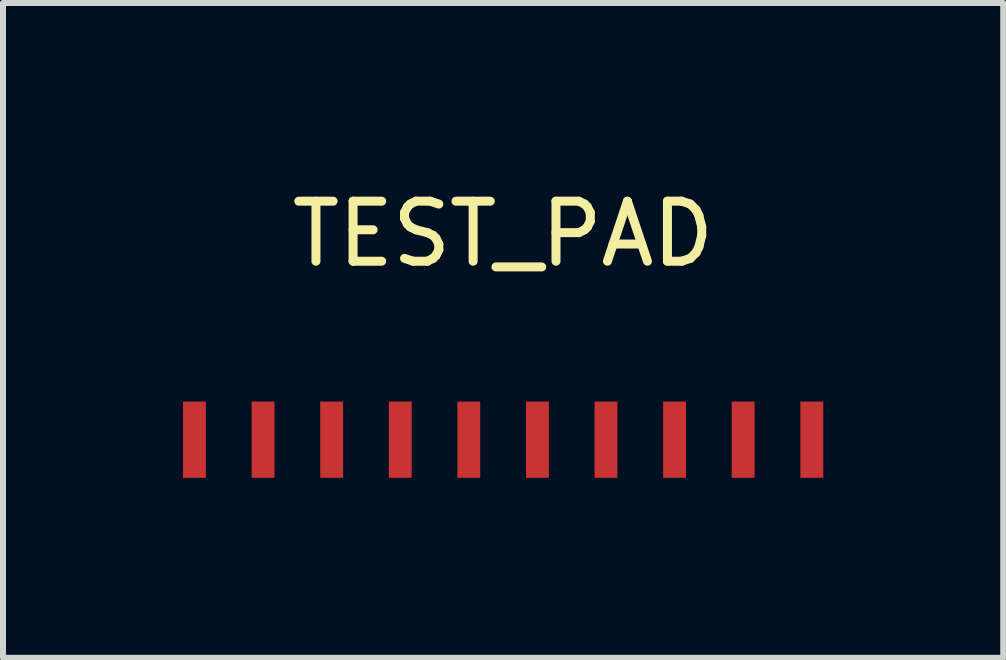
<source format=kicad_pcb>
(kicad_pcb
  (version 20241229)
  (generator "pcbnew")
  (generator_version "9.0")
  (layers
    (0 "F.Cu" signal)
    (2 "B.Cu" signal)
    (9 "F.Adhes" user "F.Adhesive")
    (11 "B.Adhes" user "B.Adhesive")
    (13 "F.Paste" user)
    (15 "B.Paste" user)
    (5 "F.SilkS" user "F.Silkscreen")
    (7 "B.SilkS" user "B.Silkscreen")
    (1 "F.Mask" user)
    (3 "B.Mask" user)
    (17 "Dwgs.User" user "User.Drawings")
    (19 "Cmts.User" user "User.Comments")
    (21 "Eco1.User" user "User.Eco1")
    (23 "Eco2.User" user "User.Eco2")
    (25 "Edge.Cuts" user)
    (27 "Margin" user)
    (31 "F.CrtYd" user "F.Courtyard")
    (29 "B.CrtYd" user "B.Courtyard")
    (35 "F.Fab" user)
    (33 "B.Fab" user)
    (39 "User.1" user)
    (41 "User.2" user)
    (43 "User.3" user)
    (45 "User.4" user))
  (footprint "TEST_PAD"
    (layer "F.Cu")
    (at 5.334 4.277)
    (property "Reference" "TEST_PAD" (at 0 -3.429 0) (layer "F.SilkS") (effects (font (size 1 1) (thickness 0.15))))
    (attr through_hole)
    (pad "1" smd rect (at -5.144 0) (size 0.381 1.27) (layers "F.Cu" "F.Mask" "F.Paste"))
    (pad "2" smd rect (at -4 0) (size 0.381 1.27) (layers "F.Cu" "F.Mask" "F.Paste"))
    (pad "3" smd rect (at -2.857 0) (size 0.381 1.27) (layers "F.Cu" "F.Mask" "F.Paste"))
    (pad "4" smd rect (at -1.714 0) (size 0.381 1.27) (layers "F.Cu" "F.Mask" "F.Paste"))
    (pad "5" smd rect (at -0.572 0) (size 0.381 1.27) (layers "F.Cu" "F.Mask" "F.Paste"))
    (pad "6" smd rect (at 0.572 0) (size 0.381 1.27) (layers "F.Cu" "F.Mask" "F.Paste"))
    (pad "7" smd rect (at 1.714 0) (size 0.381 1.27) (layers "F.Cu" "F.Mask" "F.Paste"))
    (pad "8" smd rect (at 2.857 0) (size 0.381 1.27) (layers "F.Cu" "F.Mask" "F.Paste"))
    (pad "9" smd rect (at 4 0) (size 0.381 1.27) (layers "F.Cu" "F.Mask" "F.Paste"))
    (pad "10" smd rect (at 5.144 0) (size 0.381 1.27) (layers "F.Cu" "F.Mask" "F.Paste")))
  (gr_rect
    (start -3 -3)
    (end 13.668 7.912)
    (stroke (width 0.1) (type default))
    (fill no)
    (layer "Edge.Cuts")))
</source>
